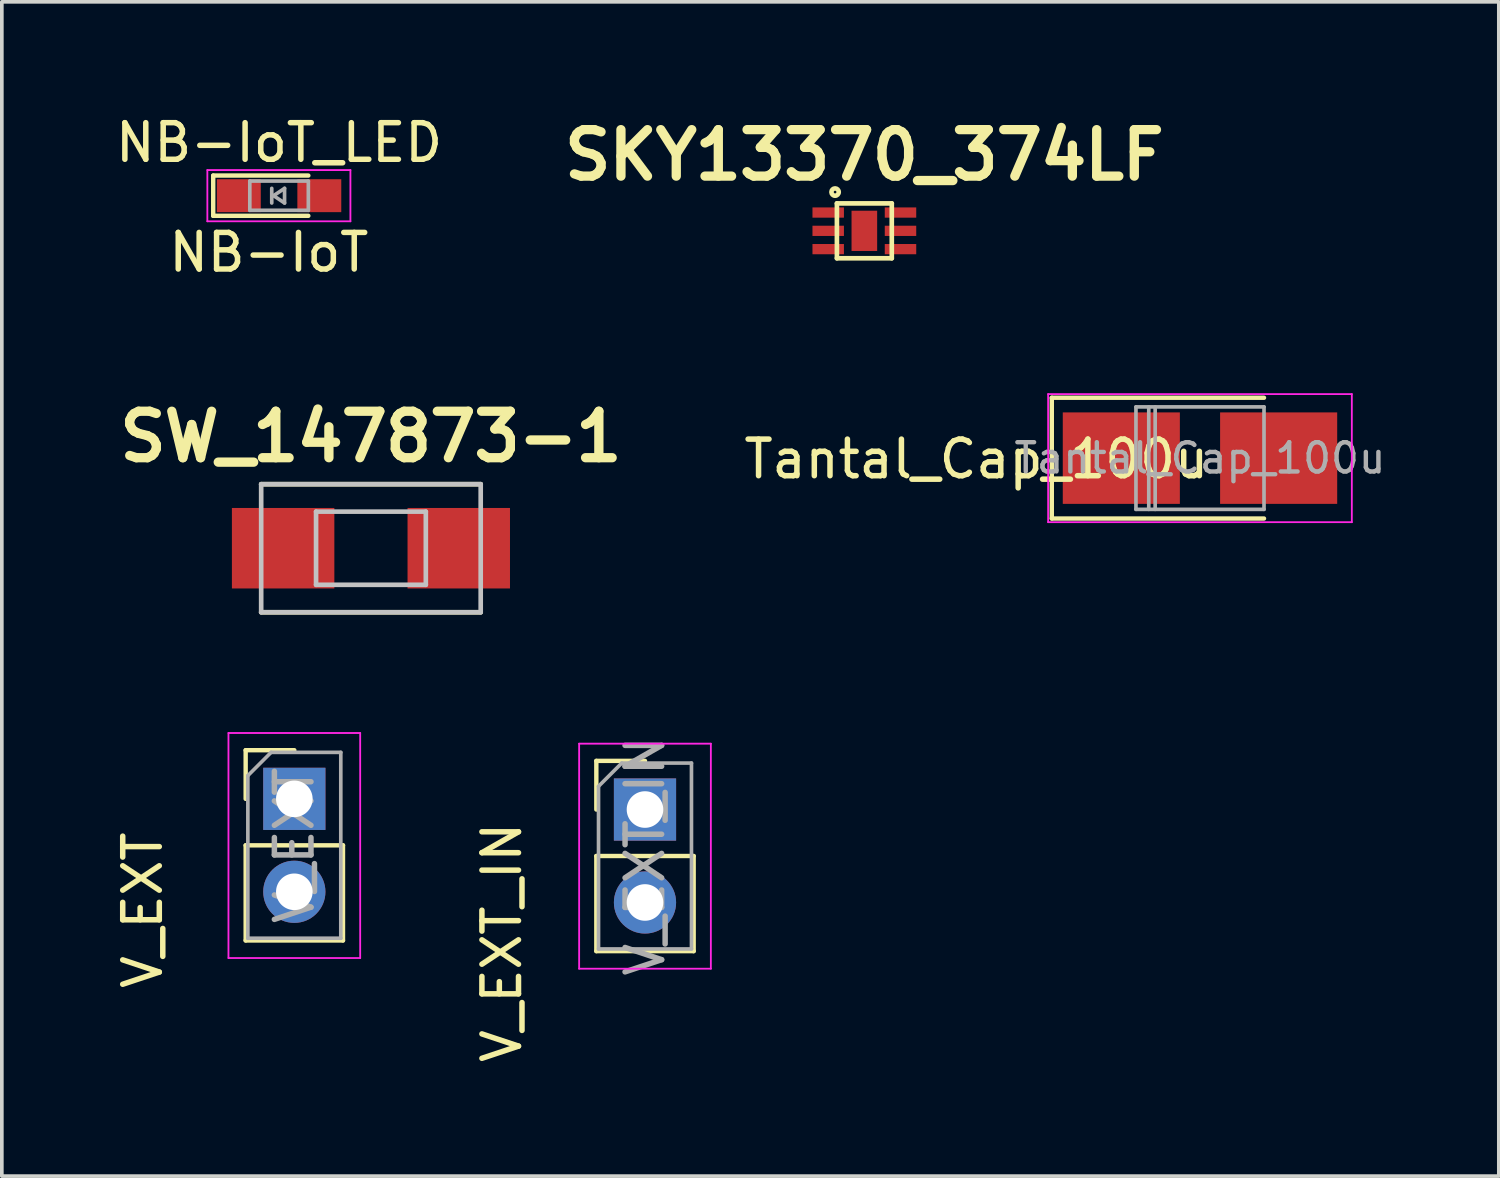
<source format=kicad_pcb>
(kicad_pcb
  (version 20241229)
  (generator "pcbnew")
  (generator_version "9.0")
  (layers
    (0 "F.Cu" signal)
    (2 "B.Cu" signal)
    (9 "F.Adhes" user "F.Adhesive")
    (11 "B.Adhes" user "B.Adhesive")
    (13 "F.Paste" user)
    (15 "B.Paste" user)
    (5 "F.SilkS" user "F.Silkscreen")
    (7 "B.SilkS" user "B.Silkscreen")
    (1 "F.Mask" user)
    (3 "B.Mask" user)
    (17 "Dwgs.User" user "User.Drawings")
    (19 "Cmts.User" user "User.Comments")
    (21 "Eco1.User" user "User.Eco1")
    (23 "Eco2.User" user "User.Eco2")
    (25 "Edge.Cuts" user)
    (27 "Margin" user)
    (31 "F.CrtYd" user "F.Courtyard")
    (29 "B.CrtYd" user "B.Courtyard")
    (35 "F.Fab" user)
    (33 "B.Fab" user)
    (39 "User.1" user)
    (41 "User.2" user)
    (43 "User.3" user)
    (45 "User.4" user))
  (footprint "Tantal_Cap_100u"
    (layer "F.Cu")
    (at 29.746 9.471)
    (property "Reference" "Tantal_Cap_100u" (at -6.112 0.025 0) (layer "F.SilkS") (effects (font (size 1 1) (thickness 0.15))))
    (attr smd)
    (fp_line (start -4.05 -1.65) (end -4.05 1.65) (stroke (width 0.12) (type solid)) (layer "F.SilkS"))
    (fp_line (start -4.05 -1.65) (end 1.75 -1.65) (stroke (width 0.12) (type solid)) (layer "F.SilkS"))
    (fp_line (start -4.05 1.65) (end 1.75 1.65) (stroke (width 0.12) (type solid)) (layer "F.SilkS"))
    (fp_line (start -4.15 -1.75) (end -4.15 1.75) (stroke (width 0.05) (type solid)) (layer "F.CrtYd"))
    (fp_line (start -4.15 1.75) (end 4.15 1.75) (stroke (width 0.05) (type solid)) (layer "F.CrtYd"))
    (fp_line (start 4.15 -1.75) (end -4.15 -1.75) (stroke (width 0.05) (type solid)) (layer "F.CrtYd"))
    (fp_line (start 4.15 1.75) (end 4.15 -1.75) (stroke (width 0.05) (type solid)) (layer "F.CrtYd"))
    (fp_line (start -1.75 -1.4) (end -1.75 1.4) (stroke (width 0.1) (type solid)) (layer "F.Fab"))
    (fp_line (start -1.75 1.4) (end 1.75 1.4) (stroke (width 0.1) (type solid)) (layer "F.Fab"))
    (fp_line (start -1.4 -1.4) (end -1.4 1.4) (stroke (width 0.1) (type solid)) (layer "F.Fab"))
    (fp_line (start -1.225 -1.4) (end -1.225 1.4) (stroke (width 0.1) (type solid)) (layer "F.Fab"))
    (fp_line (start 1.75 -1.4) (end -1.75 -1.4) (stroke (width 0.1) (type solid)) (layer "F.Fab"))
    (fp_line (start 1.75 1.4) (end 1.75 -1.4) (stroke (width 0.1) (type solid)) (layer "F.Fab"))
    (fp_text user "${REFERENCE}" (at 0 0 0) (layer "F.Fab") (effects (font (size 0.8 0.8) (thickness 0.12))))
    (pad "1" smd rect (at -2.15 0) (size 3.2 2.5) (layers "F.Cu" "F.Mask" "F.Paste"))
    (pad "2" smd rect (at 2.15 0) (size 3.2 2.5) (layers "F.Cu" "F.Mask" "F.Paste")))
  (footprint "SW_147873-1"
    (layer "F.Cu")
    (at 7.088 11.933)
    (property "Reference" "SW_147873-1" (at 0 -3.048 0) (layer "F.SilkS") (effects (font (size 1.27 1.27) (thickness 0.254))))
    (attr smd)
    (fp_line (start -3 -1.75) (end 3 -1.75) (stroke (width 0.127) (type solid)) (layer "F.SilkS"))
    (fp_line (start -3 1.75) (end 3 1.75) (stroke (width 0.127) (type solid)) (layer "F.SilkS"))
    (fp_line (start -3 -1.75) (end -3 1.75) (stroke (width 0.127) (type solid)) (layer "Dwgs.User"))
    (fp_line (start -3 1.75) (end 3 1.75) (stroke (width 0.127) (type solid)) (layer "Dwgs.User"))
    (fp_line (start -1.5 -1) (end -1.5 1) (stroke (width 0.127) (type solid)) (layer "Dwgs.User"))
    (fp_line (start -1.5 1) (end 1.5 1) (stroke (width 0.127) (type solid)) (layer "Dwgs.User"))
    (fp_line (start 1.5 -1) (end -1.5 -1) (stroke (width 0.127) (type solid)) (layer "Dwgs.User"))
    (fp_line (start 1.5 1) (end 1.5 -1) (stroke (width 0.127) (type solid)) (layer "Dwgs.User"))
    (fp_line (start 3 -1.75) (end -3 -1.75) (stroke (width 0.127) (type solid)) (layer "Dwgs.User"))
    (fp_line (start 3 1.75) (end 3 -1.75) (stroke (width 0.127) (type solid)) (layer "Dwgs.User"))
    (fp_line (start -4.05 -2) (end -4.05 2) (stroke (width 0.05) (type solid)) (layer "Eco1.User"))
    (fp_line (start -4.05 2) (end 4.05 2) (stroke (width 0.05) (type solid)) (layer "Eco1.User"))
    (fp_line (start 4.05 -2) (end -4.05 -2) (stroke (width 0.05) (type solid)) (layer "Eco1.User"))
    (fp_line (start 4.05 2) (end 4.05 -2) (stroke (width 0.05) (type solid)) (layer "Eco1.User"))
    (pad "1" smd rect (at -2.4 0) (size 2.8 2.2) (layers "F.Cu" "F.Mask" "F.Paste"))
    (pad "2" smd rect (at 2.4 0) (size 2.8 2.2) (layers "F.Cu" "F.Mask" "F.Paste")))
  (footprint "V_EXT"
    (layer "F.Cu")
    (at 4.994 18.783)
    (property "Reference" "V_EXT" (at -4.145 3.043 90) (layer "F.SilkS") (effects (font (size 1 1) (thickness 0.15))))
    (attr through_hole)
    (fp_line (start -1.33 -1.33) (end 0 -1.33) (stroke (width 0.12) (type solid)) (layer "F.SilkS"))
    (fp_line (start -1.33 0) (end -1.33 -1.33) (stroke (width 0.12) (type solid)) (layer "F.SilkS"))
    (fp_line (start -1.33 1.27) (end -1.33 3.87) (stroke (width 0.12) (type solid)) (layer "F.SilkS"))
    (fp_line (start -1.33 1.27) (end 1.33 1.27) (stroke (width 0.12) (type solid)) (layer "F.SilkS"))
    (fp_line (start -1.33 3.87) (end 1.33 3.87) (stroke (width 0.12) (type solid)) (layer "F.SilkS"))
    (fp_line (start 1.33 1.27) (end 1.33 3.87) (stroke (width 0.12) (type solid)) (layer "F.SilkS"))
    (fp_line (start -1.8 -1.8) (end -1.8 4.35) (stroke (width 0.05) (type solid)) (layer "F.CrtYd"))
    (fp_line (start -1.8 4.35) (end 1.8 4.35) (stroke (width 0.05) (type solid)) (layer "F.CrtYd"))
    (fp_line (start 1.8 -1.8) (end -1.8 -1.8) (stroke (width 0.05) (type solid)) (layer "F.CrtYd"))
    (fp_line (start 1.8 4.35) (end 1.8 -1.8) (stroke (width 0.05) (type solid)) (layer "F.CrtYd"))
    (fp_line (start -1.27 -0.635) (end -0.635 -1.27) (stroke (width 0.1) (type solid)) (layer "F.Fab"))
    (fp_line (start -1.27 3.81) (end -1.27 -0.635) (stroke (width 0.1) (type solid)) (layer "F.Fab"))
    (fp_line (start -0.635 -1.27) (end 1.27 -1.27) (stroke (width 0.1) (type solid)) (layer "F.Fab"))
    (fp_line (start 1.27 -1.27) (end 1.27 3.81) (stroke (width 0.1) (type solid)) (layer "F.Fab"))
    (fp_line (start 1.27 3.81) (end -1.27 3.81) (stroke (width 0.1) (type solid)) (layer "F.Fab"))
    (fp_text user "${REFERENCE}" (at 0 1.27 90) (layer "F.Fab") (effects (font (size 1 1) (thickness 0.15))))
    (pad "1" thru_hole rect (at 0 0) (size 1.7 1.7) (drill 1) (layers "*.Cu" "*.Mask"))
    (pad "2" thru_hole oval (at 0 2.54) (size 1.7 1.7) (drill 1) (layers "*.Cu" "*.Mask")))
  (footprint "V_EXT_IN"
    (layer "F.Cu")
    (at 14.578 19.075)
    (property "Reference" "V_EXT_IN" (at -3.912 3.632 90) (layer "F.SilkS") (effects (font (size 1 1) (thickness 0.15))))
    (attr through_hole)
    (fp_line (start -1.33 -1.33) (end 0 -1.33) (stroke (width 0.12) (type solid)) (layer "F.SilkS"))
    (fp_line (start -1.33 0) (end -1.33 -1.33) (stroke (width 0.12) (type solid)) (layer "F.SilkS"))
    (fp_line (start -1.33 1.27) (end -1.33 3.87) (stroke (width 0.12) (type solid)) (layer "F.SilkS"))
    (fp_line (start -1.33 1.27) (end 1.33 1.27) (stroke (width 0.12) (type solid)) (layer "F.SilkS"))
    (fp_line (start -1.33 3.87) (end 1.33 3.87) (stroke (width 0.12) (type solid)) (layer "F.SilkS"))
    (fp_line (start 1.33 1.27) (end 1.33 3.87) (stroke (width 0.12) (type solid)) (layer "F.SilkS"))
    (fp_line (start -1.8 -1.8) (end -1.8 4.35) (stroke (width 0.05) (type solid)) (layer "F.CrtYd"))
    (fp_line (start -1.8 4.35) (end 1.8 4.35) (stroke (width 0.05) (type solid)) (layer "F.CrtYd"))
    (fp_line (start 1.8 -1.8) (end -1.8 -1.8) (stroke (width 0.05) (type solid)) (layer "F.CrtYd"))
    (fp_line (start 1.8 4.35) (end 1.8 -1.8) (stroke (width 0.05) (type solid)) (layer "F.CrtYd"))
    (fp_line (start -1.27 -0.635) (end -0.635 -1.27) (stroke (width 0.1) (type solid)) (layer "F.Fab"))
    (fp_line (start -1.27 3.81) (end -1.27 -0.635) (stroke (width 0.1) (type solid)) (layer "F.Fab"))
    (fp_line (start -0.635 -1.27) (end 1.27 -1.27) (stroke (width 0.1) (type solid)) (layer "F.Fab"))
    (fp_line (start 1.27 -1.27) (end 1.27 3.81) (stroke (width 0.1) (type solid)) (layer "F.Fab"))
    (fp_line (start 1.27 3.81) (end -1.27 3.81) (stroke (width 0.1) (type solid)) (layer "F.Fab"))
    (fp_text user "${REFERENCE}" (at 0 1.27 90) (layer "F.Fab") (effects (font (size 1 1) (thickness 0.15))))
    (pad "1" thru_hole rect (at 0 0) (size 1.7 1.7) (drill 1) (layers "*.Cu" "*.Mask"))
    (pad "2" thru_hole oval (at 0 2.54) (size 1.7 1.7) (drill 1) (layers "*.Cu" "*.Mask")))
  (footprint "SKY13370_374LF"
    (layer "F.Cu")
    (at 20.573 3.259)
    (property "Reference" "SKY13370_374LF" (at 0 -2.07 0) (layer "F.SilkS") (effects (font (size 1.27 1.27) (thickness 0.254))))
    (attr smd)
    (fp_line (start -0.75 -0.75) (end 0.75 -0.75) (stroke (width 0.127) (type solid)) (layer "F.SilkS"))
    (fp_line (start -0.75 0.75) (end -0.75 -0.75) (stroke (width 0.127) (type solid)) (layer "F.SilkS"))
    (fp_line (start 0.75 -0.75) (end 0.75 0.75) (stroke (width 0.127) (type solid)) (layer "F.SilkS"))
    (fp_line (start 0.75 0.75) (end -0.75 0.75) (stroke (width 0.127) (type solid)) (layer "F.SilkS"))
    (fp_circle (center -0.8 -1.06) (end -0.8 -0.96) (stroke (width 0.127) (type solid)) (fill no) (layer "F.SilkS"))
    (fp_poly (pts (xy -0.351 -0.551) (xy -0.1 -0.551) (xy -0.1 -0.3) (xy -0.351 -0.3)) (stroke (width 0) (type solid)) (fill yes) (layer "F.Paste"))
    (fp_poly (pts (xy -0.351 0.15) (xy -0.351 -0.15) (xy -0.1 -0.15) (xy -0.1 0.15)) (stroke (width 0) (type solid)) (fill yes) (layer "F.Paste"))
    (fp_poly (pts (xy -0.351 0.55) (xy -0.351 0.301) (xy -0.1 0.301) (xy -0.1 0.55)) (stroke (width 0) (type solid)) (fill yes) (layer "F.Paste"))
    (fp_poly (pts (xy 0.35 0.55) (xy 0.1 0.55) (xy 0.1 0.3) (xy 0.35 0.3)) (stroke (width 0) (type solid)) (fill yes) (layer "F.Paste"))
    (fp_poly (pts (xy 0.35 -0.551) (xy 0.35 -0.3) (xy 0.1 -0.3) (xy 0.1 -0.551)) (stroke (width 0) (type solid)) (fill yes) (layer "F.Paste"))
    (fp_poly (pts (xy 0.35 -0.15) (xy 0.35 0.15) (xy 0.1 0.15) (xy 0.1 -0.15)) (stroke (width 0) (type solid)) (fill yes) (layer "F.Paste"))
    (pad "1" smd rect (at -0.988 -0.5 270) (size 0.28 0.86) (layers "F.Cu" "F.Mask" "F.Paste"))
    (pad "2" smd rect (at -0.988 0 270) (size 0.28 0.86) (layers "F.Cu" "F.Mask" "F.Paste"))
    (pad "3" smd rect (at -0.988 0.5 270) (size 0.28 0.86) (layers "F.Cu" "F.Mask" "F.Paste"))
    (pad "4" smd rect (at 0.988 0.5 270) (size 0.28 0.86) (layers "F.Cu" "F.Mask" "F.Paste"))
    (pad "5" smd rect (at 0.988 0 270) (size 0.28 0.86) (layers "F.Cu" "F.Mask" "F.Paste"))
    (pad "6" smd rect (at 0.988 -0.5 270) (size 0.28 0.86) (layers "F.Cu" "F.Mask" "F.Paste"))
    (pad "7" smd rect (at 0 0 270) (size 1.1 0.7) (layers "F.Cu" "F.Mask" "F.Paste")))
  (footprint "NB-IoT_LED"
    (layer "F.Cu")
    (at 4.577 2.298)
    (property "Reference" "NB-IoT_LED" (at 0 -1.45 0) (layer "F.SilkS") (effects (font (size 1 1) (thickness 0.15))))
    (attr smd)
    (fp_line (start -1.8 -0.55) (end -1.8 0.55) (stroke (width 0.12) (type solid)) (layer "F.SilkS"))
    (fp_line (start -1.8 -0.55) (end 0.8 -0.55) (stroke (width 0.12) (type solid)) (layer "F.SilkS"))
    (fp_line (start -1.8 0.55) (end 0.8 0.55) (stroke (width 0.12) (type solid)) (layer "F.SilkS"))
    (fp_line (start -1.96 -0.7) (end -1.96 0.7) (stroke (width 0.05) (type solid)) (layer "F.CrtYd"))
    (fp_line (start -1.96 -0.7) (end 1.95 -0.7) (stroke (width 0.05) (type solid)) (layer "F.CrtYd"))
    (fp_line (start 1.95 0.7) (end -1.96 0.7) (stroke (width 0.05) (type solid)) (layer "F.CrtYd"))
    (fp_line (start 1.95 0.7) (end 1.95 -0.7) (stroke (width 0.05) (type solid)) (layer "F.CrtYd"))
    (fp_line (start -0.8 -0.4) (end -0.8 0.4) (stroke (width 0.1) (type solid)) (layer "F.Fab"))
    (fp_line (start -0.8 -0.4) (end 0.8 -0.4) (stroke (width 0.1) (type solid)) (layer "F.Fab"))
    (fp_line (start -0.2 -0.2) (end -0.2 0.2) (stroke (width 0.1) (type solid)) (layer "F.Fab"))
    (fp_line (start -0.15 0) (end 0.15 -0.2) (stroke (width 0.1) (type solid)) (layer "F.Fab"))
    (fp_line (start 0.15 -0.2) (end 0.15 0.2) (stroke (width 0.1) (type solid)) (layer "F.Fab"))
    (fp_line (start 0.15 0.2) (end -0.15 0) (stroke (width 0.1) (type solid)) (layer "F.Fab"))
    (fp_line (start 0.8 -0.4) (end 0.8 0.4) (stroke (width 0.1) (type solid)) (layer "F.Fab"))
    (fp_line (start 0.8 0.4) (end -0.8 0.4) (stroke (width 0.1) (type solid)) (layer "F.Fab"))
    (fp_text user "NB-IoT" (at -0.279 1.549 0) (layer "F.SilkS") (effects (font (size 1 1) (thickness 0.15))))
    (pad "1" smd rect (at -1.1 0) (size 1.2 0.9) (layers "F.Cu" "F.Mask" "F.Paste"))
    (pad "2" smd rect (at 1.1 0) (size 1.2 0.9) (layers "F.Cu" "F.Mask" "F.Paste")))
  (gr_rect
    (start -3 -3)
    (end 37.913 29.094)
    (stroke (width 0.1) (type default))
    (fill no)
    (layer "Edge.Cuts")))
</source>
